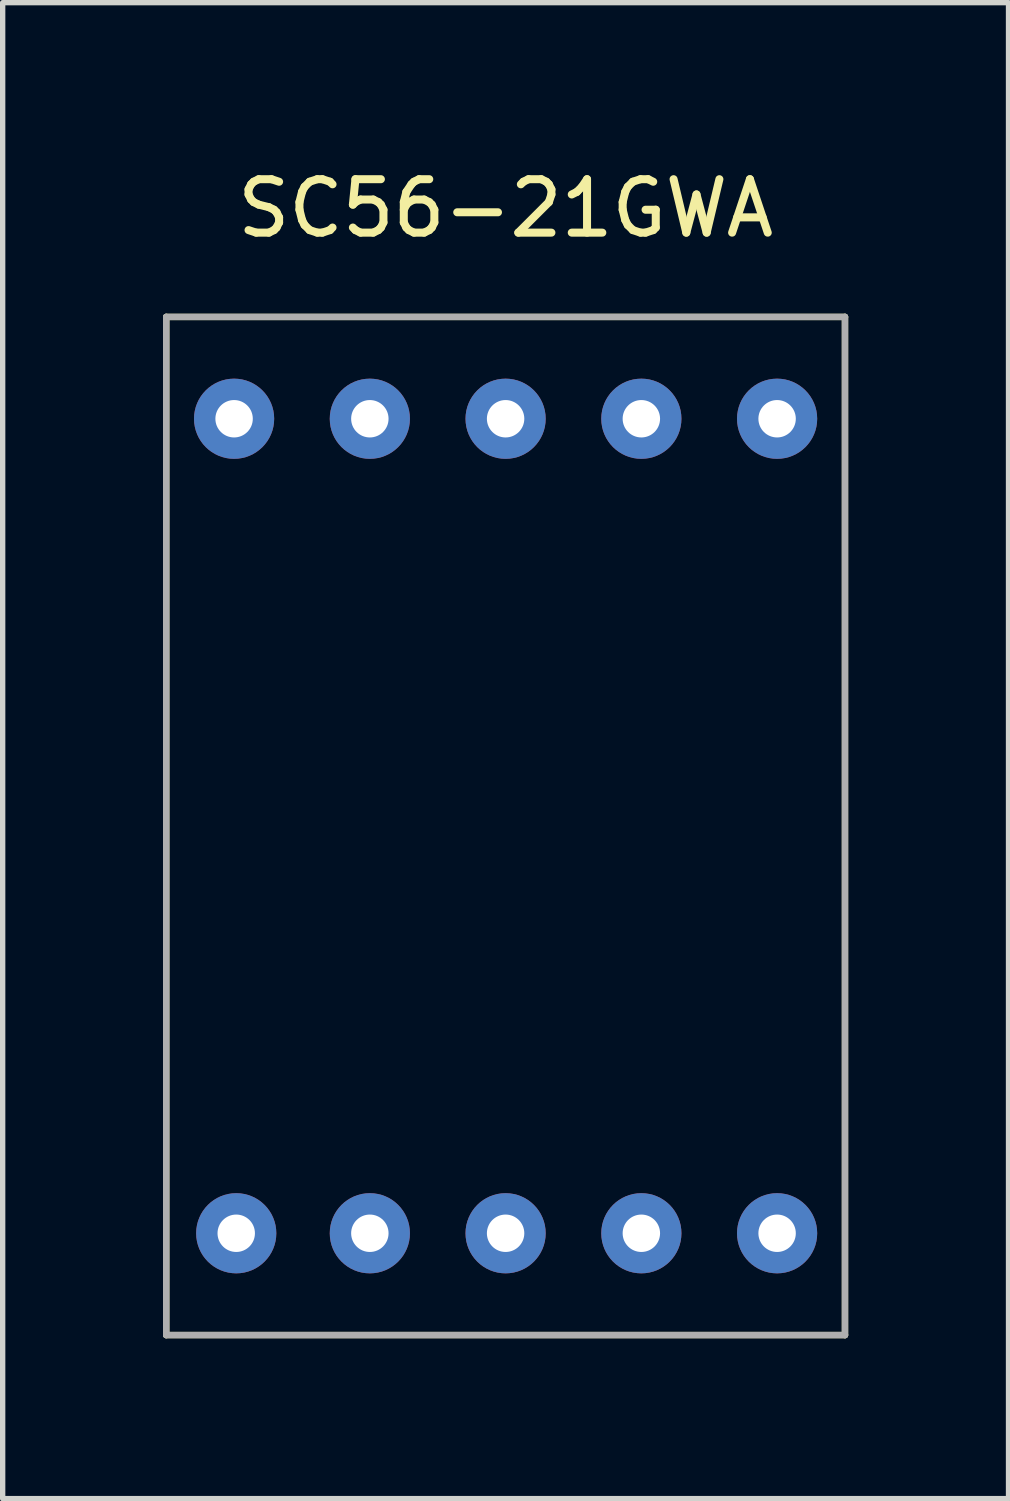
<source format=kicad_pcb>
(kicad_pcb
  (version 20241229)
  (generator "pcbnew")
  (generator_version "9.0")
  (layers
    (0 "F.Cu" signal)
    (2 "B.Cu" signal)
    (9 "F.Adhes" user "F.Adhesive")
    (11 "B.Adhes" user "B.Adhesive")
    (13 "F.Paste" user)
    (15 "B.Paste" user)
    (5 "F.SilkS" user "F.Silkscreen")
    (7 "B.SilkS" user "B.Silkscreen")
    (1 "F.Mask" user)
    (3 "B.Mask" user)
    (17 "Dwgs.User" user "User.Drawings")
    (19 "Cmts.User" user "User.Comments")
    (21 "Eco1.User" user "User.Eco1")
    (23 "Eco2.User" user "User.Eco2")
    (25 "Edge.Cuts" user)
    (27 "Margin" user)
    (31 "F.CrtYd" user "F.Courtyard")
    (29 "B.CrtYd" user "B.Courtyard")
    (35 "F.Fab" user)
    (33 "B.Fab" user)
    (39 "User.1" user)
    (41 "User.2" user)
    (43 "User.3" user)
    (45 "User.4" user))
  (footprint "SC56-21GWA"
    (layer "F.Cu")
    (at 6.41 12.405)
    (property "Reference" "SC56-21GWA" (at 0 -11.557 0) (layer "F.SilkS") (effects (font (size 1 1) (thickness 0.15))))
    (attr through_hole)
    (fp_line (start -6.35 -9.525) (end -6.35 9.525) (stroke (width 0.12) (type solid)) (layer "F.SilkS"))
    (fp_line (start -6.35 9.525) (end 6.35 9.525) (stroke (width 0.12) (type solid)) (layer "F.SilkS"))
    (fp_line (start 6.35 -9.525) (end -6.35 -9.525) (stroke (width 0.12) (type solid)) (layer "F.SilkS"))
    (fp_line (start 6.35 -9.525) (end 6.35 9.525) (stroke (width 0.12) (type solid)) (layer "F.SilkS"))
    (fp_line (start -6.35 -9.525) (end -6.35 9.525) (stroke (width 0.12) (type solid)) (layer "F.Fab"))
    (fp_line (start -6.35 9.525) (end 6.35 9.525) (stroke (width 0.12) (type solid)) (layer "F.Fab"))
    (fp_line (start 6.35 -9.525) (end -6.35 -9.525) (stroke (width 0.12) (type solid)) (layer "F.Fab"))
    (fp_line (start 6.35 -9.525) (end 6.35 9.525) (stroke (width 0.12) (type solid)) (layer "F.Fab"))
    (pad "1" thru_hole circle (at -5.04 7.62) (size 1.5 1.5) (drill 0.7) (layers "*.Cu" "*.Mask"))
    (pad "2" thru_hole circle (at -2.54 7.62) (size 1.5 1.5) (drill 0.7) (layers "*.Cu" "*.Mask"))
    (pad "3" thru_hole circle (at 0 7.62) (size 1.5 1.5) (drill 0.7) (layers "*.Cu" "*.Mask"))
    (pad "4" thru_hole circle (at 2.54 7.62) (size 1.5 1.5) (drill 0.7) (layers "*.Cu" "*.Mask"))
    (pad "5" thru_hole circle (at 5.08 7.62) (size 1.5 1.5) (drill 0.7) (layers "*.Cu" "*.Mask"))
    (pad "6" thru_hole circle (at 5.08 -7.62) (size 1.5 1.5) (drill 0.7) (layers "*.Cu" "*.Mask"))
    (pad "7" thru_hole circle (at 2.54 -7.62) (size 1.5 1.5) (drill 0.7) (layers "*.Cu" "*.Mask"))
    (pad "8" thru_hole circle (at 0 -7.62) (size 1.5 1.5) (drill 0.7) (layers "*.Cu" "*.Mask"))
    (pad "9" thru_hole circle (at -2.54 -7.62) (size 1.5 1.5) (drill 0.7) (layers "*.Cu" "*.Mask"))
    (pad "10" thru_hole circle (at -5.08 -7.62) (size 1.5 1.5) (drill 0.7) (layers "*.Cu" "*.Mask")))
  (gr_rect
    (start -3 -3)
    (end 15.82 24.99)
    (stroke (width 0.1) (type default))
    (fill no)
    (layer "Edge.Cuts")))
</source>
